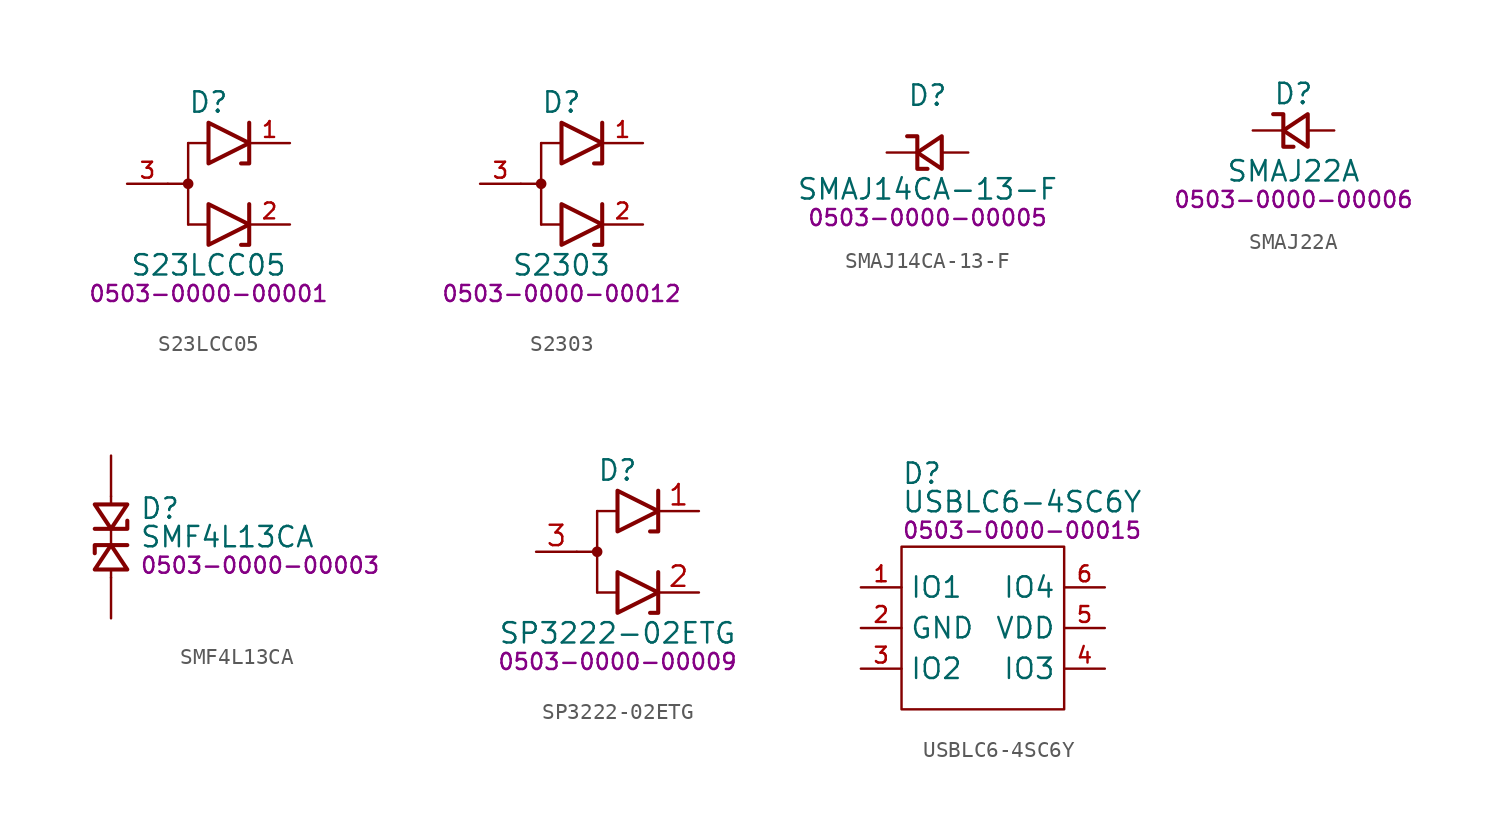
<source format=kicad_sym>
(kicad_symbol_lib
  (version 20231120)
  (generator "kicad_symbol_editor")
  (generator_version "8.0")
  (symbol "S23LCC05"
    (property "Reference" "D"
      (at 0 5.08 0)
      (effects (font (size 1.27 1.27))))
    (property "Value" "S23LCC05"
      (at 0 -5.08 0)
      (effects (font (size 1.27 1.27))))
    (property "PartNumber" "0503-0000-00001"
      (at 0 -6.858 0)
      (effects (font (size 1 1))))
    (symbol "S23LCC05_0_0"
      (pin passive line (at 5.08 2.54 180) (length 2.54) (name "A" (effects (font (size 0 0)))) (number "1" (effects (font (size 0.991 0.991)))))
      (pin passive line (at 5.08 -2.54 180) (length 2.54) (name "B" (effects (font (size 0 0)))) (number "2" (effects (font (size 0.991 0.991)))))
      (pin passive line (at -5.08 0 0) (length 2.54) (name "COM" (effects (font (size 0 0)))) (number "3" (effects (font (size 0.991 0.991))))))
    (symbol "S23LCC05_0_1"
      (polyline (pts (xy -2.54 0) (xy -1.27 0)) (stroke (width 0) (type default)) (fill (type none)))
      (polyline (pts (xy -1.27 2.54) (xy -1.27 -2.54)) (stroke (width 0) (type default)) (fill (type none)))
      (polyline (pts (xy 0 2.54) (xy -1.27 2.54)) (stroke (width 0.152) (type default)) (fill (type none)))
      (polyline (pts (xy 2.54 3.81) (xy 2.54 1.27) (xy 2.032 1.27)) (stroke (width 0.254) (type default)) (fill (type none)))
      (polyline (pts (xy 0 1.27) (xy 0 3.81) (xy 2.54 2.54) (xy 0 1.27)) (stroke (width 0.254) (type default)) (fill (type none))))
    (symbol "S23LCC05_1_1"
      (circle (center -1.27 0) (radius 0.254) (stroke (width 0) (type default)) (fill (type outline)))
      (polyline (pts (xy 0 -2.54) (xy -1.27 -2.54)) (stroke (width 0.152) (type default)) (fill (type none)))
      (polyline (pts (xy 2.54 -1.27) (xy 2.54 -3.81) (xy 2.032 -3.81)) (stroke (width 0.254) (type default)) (fill (type none)))
      (polyline (pts (xy 0 -3.81) (xy 0 -1.27) (xy 2.54 -2.54) (xy 0 -3.81)) (stroke (width 0.254) (type default)) (fill (type none)))))
  (symbol "S2303"
    (property "Reference" "D"
      (at 0 5.08 0)
      (effects (font (size 1.27 1.27))))
    (property "Value" "S2303"
      (at 0 -5.08 0)
      (effects (font (size 1.27 1.27))))
    (property "PartNumber" "0503-0000-00012"
      (at 0 -6.858 0)
      (effects (font (size 1 1))))
    (symbol "S2303_0_0"
      (pin passive line (at 5.08 2.54 180) (length 2.54) (name "A" (effects (font (size 0 0)))) (number "1" (effects (font (size 0.991 0.991)))))
      (pin passive line (at 5.08 -2.54 180) (length 2.54) (name "B" (effects (font (size 0 0)))) (number "2" (effects (font (size 0.991 0.991)))))
      (pin passive line (at -5.08 0 0) (length 2.54) (name "COM" (effects (font (size 0 0)))) (number "3" (effects (font (size 0.991 0.991))))))
    (symbol "S2303_0_1"
      (polyline (pts (xy -2.54 0) (xy -1.27 0)) (stroke (width 0) (type default)) (fill (type none)))
      (polyline (pts (xy -1.27 2.54) (xy -1.27 -2.54)) (stroke (width 0) (type default)) (fill (type none)))
      (polyline (pts (xy 0 2.54) (xy -1.27 2.54)) (stroke (width 0.152) (type default)) (fill (type none)))
      (polyline (pts (xy 2.54 3.81) (xy 2.54 1.27) (xy 2.032 1.27)) (stroke (width 0.254) (type default)) (fill (type none)))
      (polyline (pts (xy 0 1.27) (xy 0 3.81) (xy 2.54 2.54) (xy 0 1.27)) (stroke (width 0.254) (type default)) (fill (type none))))
    (symbol "S2303_1_1"
      (circle (center -1.27 0) (radius 0.254) (stroke (width 0) (type default)) (fill (type outline)))
      (polyline (pts (xy 0 -2.54) (xy -1.27 -2.54)) (stroke (width 0.152) (type default)) (fill (type none)))
      (polyline (pts (xy 2.54 -1.27) (xy 2.54 -3.81) (xy 2.032 -3.81)) (stroke (width 0.254) (type default)) (fill (type none)))
      (polyline (pts (xy 0 -3.81) (xy 0 -1.27) (xy 2.54 -2.54) (xy 0 -3.81)) (stroke (width 0.254) (type default)) (fill (type none)))))
  (symbol "SMAJ14CA-13-F"
    (property "Reference" "D"
      (at 0 3.556 0)
      (effects (font (size 1.27 1.27))))
    (property "Value" "SMAJ14CA-13-F"
      (at 0 -2.286 0)
      (effects (font (size 1.27 1.27))))
    (property "PartNumber" "0503-0000-00005"
      (at 0 -4.064 0)
      (effects (font (size 1 1))))
    (symbol "SMAJ14CA-13-F_0_1"
      (polyline (pts (xy 0.889 -1.016) (xy -0.635 0) (xy 0.889 1.016) (xy 0.889 -1.016)) (stroke (width 0.254) (type default)) (fill (type none)))
      (polyline (pts (xy -1.27 1.016) (xy -1.143 1.016) (xy -0.635 1.016) (xy -0.635 -1.016) (xy -0.127 -1.016) (xy 0 -1.016)) (stroke (width 0.254) (type default)) (fill (type none))))
    (symbol "SMAJ14CA-13-F_1_1"
      (pin passive line (at -2.54 0 0) (length 1.9) (name "K" (effects (font (size 0 0)))) (number "1" (effects (font (size 0 0)))))
      (pin passive line (at 2.54 0 180) (length 1.6) (name "A" (effects (font (size 0 0)))) (number "2" (effects (font (size 0 0)))))))
  (symbol "SMAJ22A"
    (property "Reference" "D"
      (at 0 2.286 0)
      (effects (font (size 1.27 1.27))))
    (property "Value" "SMAJ22A"
      (at 0 -2.54 0)
      (effects (font (size 1.27 1.27))))
    (property "PartNumber" "0503-0000-00006"
      (at 0 -4.318 0)
      (effects (font (size 1 1))))
    (symbol "SMAJ22A_0_1"
      (polyline (pts (xy 0.889 -1.016) (xy -0.635 0) (xy 0.889 1.016) (xy 0.889 -1.016)) (stroke (width 0.254) (type default)) (fill (type none)))
      (polyline (pts (xy -1.27 1.016) (xy -1.143 1.016) (xy -0.635 1.016) (xy -0.635 -1.016) (xy -0.127 -1.016) (xy 0 -1.016)) (stroke (width 0.254) (type default)) (fill (type none))))
    (symbol "SMAJ22A_1_1"
      (pin passive line (at -2.54 0 0) (length 1.9) (name "K" (effects (font (size 0 0)))) (number "1" (effects (font (size 0 0)))))
      (pin passive line (at 2.54 0 180) (length 1.6) (name "A" (effects (font (size 0 0)))) (number "2" (effects (font (size 0 0)))))))
  (symbol "SMF4L13CA"
    (property "Reference" "D"
      (at 1.778 1.778 0)
      (effects (font (size 1.27 1.27)) (justify left)))
    (property "Value" "SMF4L13CA"
      (at 1.778 0 0)
      (effects (font (size 1.27 1.27)) (justify left)))
    (property "PartNumber" "0503-0000-00003"
      (at 1.778 -1.778 0)
      (effects (font (size 1 1)) (justify left)))
    (symbol "SMF4L13CA_0_1"
      (polyline (pts (xy -1.016 -2.032) (xy 0 -0.508) (xy 1.016 -2.032) (xy -1.016 -2.032)) (stroke (width 0.254) (type default)) (fill (type none)))
      (polyline (pts (xy 1.016 2.032) (xy 0 0.508) (xy -1.016 2.032) (xy 1.016 2.032)) (stroke (width 0.254) (type default)) (fill (type none))))
    (symbol "SMF4L13CA_1_1"
      (polyline (pts (xy 0 -2.032) (xy 0 -2.54)) (stroke (width 0) (type default)) (fill (type none)))
      (polyline (pts (xy 0 -0.508) (xy 0 0.508)) (stroke (width 0) (type default)) (fill (type none)))
      (polyline (pts (xy 0 2.032) (xy 0 2.54)) (stroke (width 0) (type default)) (fill (type none)))
      (polyline (pts (xy -1.016 -1.016) (xy -1.016 -0.508) (xy 1.016 -0.508)) (stroke (width 0.254) (type default)) (fill (type none)))
      (polyline (pts (xy 1.016 1.016) (xy 1.016 0.508) (xy -1.016 0.508)) (stroke (width 0.254) (type default)) (fill (type none)))
      (pin passive line (at 0 5.08 270) (length 2.54) (name "1" (effects (font (size 0 0)))) (number "A" (effects (font (size 0 0)))))
      (pin passive line (at 0 -5.08 90) (length 2.54) (name "2" (effects (font (size 0 0)))) (number "B" (effects (font (size 0 0)))))))
  (symbol "SP3222-02ETG"
    (pin_names hide)
    (property "Reference" "D"
      (at 0 5.08 0)
      (effects (font (size 1.27 1.27))))
    (property "Value" "SP3222-02ETG"
      (at 0 -5.08 0)
      (effects (font (size 1.27 1.27))))
    (property "PartNumber" "0503-0000-00009"
      (at 0 -6.858 0)
      (effects (font (size 1 1))))
    (symbol "SP3222-02ETG_0_1"
      (polyline (pts (xy -2.54 0) (xy -1.27 0)) (stroke (width 0) (type default)) (fill (type none)))
      (polyline (pts (xy -1.27 2.54) (xy -1.27 -2.54)) (stroke (width 0) (type default)) (fill (type none)))
      (polyline (pts (xy 0 2.54) (xy -1.27 2.54)) (stroke (width 0.152) (type default)) (fill (type none)))
      (polyline (pts (xy 2.54 3.81) (xy 2.54 1.27) (xy 2.032 1.27)) (stroke (width 0.254) (type default)) (fill (type none)))
      (polyline (pts (xy 0 1.27) (xy 0 3.81) (xy 2.54 2.54) (xy 0 1.27)) (stroke (width 0.254) (type default)) (fill (type none)))
      (pin passive line (at -5.08 0 0) (length 2.54) (name "A" (effects (font (size 1.27 1.27)))) (number "3" (effects (font (size 1.27 1.27))))))
    (symbol "SP3222-02ETG_1_1"
      (circle (center -1.27 0) (radius 0.254) (stroke (width 0) (type default)) (fill (type outline)))
      (polyline (pts (xy 0 -2.54) (xy -1.27 -2.54)) (stroke (width 0.152) (type default)) (fill (type none)))
      (polyline (pts (xy 2.54 -1.27) (xy 2.54 -3.81) (xy 2.032 -3.81)) (stroke (width 0.254) (type default)) (fill (type none)))
      (polyline (pts (xy 0 -3.81) (xy 0 -1.27) (xy 2.54 -2.54) (xy 0 -3.81)) (stroke (width 0.254) (type default)) (fill (type none)))
      (pin passive line (at 5.08 2.54 180) (length 2.54) (name "K1" (effects (font (size 1.27 1.27)))) (number "1" (effects (font (size 1.27 1.27)))))
      (pin passive line (at 5.08 -2.54 180) (length 2.54) (name "K2" (effects (font (size 1.27 1.27)))) (number "2" (effects (font (size 1.27 1.27)))))))
  (symbol "USBLC6-4SC6Y"
    (property "Reference" "D"
      (at 0 4.572 0)
      (effects (font (size 1.27 1.27)) (justify left)))
    (property "Value" "USBLC6-4SC6Y"
      (at 0 2.794 0)
      (effects (font (size 1.27 1.27)) (justify left)))
    (property "PartNumber" "0503-0000-00015"
      (at 0 1.016 0)
      (effects (font (size 1 1)) (justify left)))
    (symbol "USBLC6-4SC6Y_0_0"
      (pin bidirectional line (at -2.54 -2.54 0) (length 2.54) (name "IO1" (effects (font (size 1.27 1.27)))) (number "1" (effects (font (size 0.991 0.991)))))
      (pin power_in line (at -2.54 -5.08 0) (length 2.54) (name "GND" (effects (font (size 1.27 1.27)))) (number "2" (effects (font (size 0.991 0.991)))))
      (pin bidirectional line (at -2.54 -7.62 0) (length 2.54) (name "IO2" (effects (font (size 1.27 1.27)))) (number "3" (effects (font (size 0.991 0.991)))))
      (pin bidirectional line (at 12.7 -7.62 180) (length 2.54) (name "IO3" (effects (font (size 1.27 1.27)))) (number "4" (effects (font (size 0.991 0.991)))))
      (pin power_in line (at 12.7 -5.08 180) (length 2.54) (name "VDD" (effects (font (size 1.27 1.27)))) (number "5" (effects (font (size 0.991 0.991)))))
      (pin bidirectional line (at 12.7 -2.54 180) (length 2.54) (name "IO4" (effects (font (size 1.27 1.27)))) (number "6" (effects (font (size 0.991 0.991))))))
    (symbol "USBLC6-4SC6Y_0_1"
      (rectangle (start 0 0) (end 10.16 -10.16) (stroke (width 0) (type default)) (fill (type none))))))
</source>
